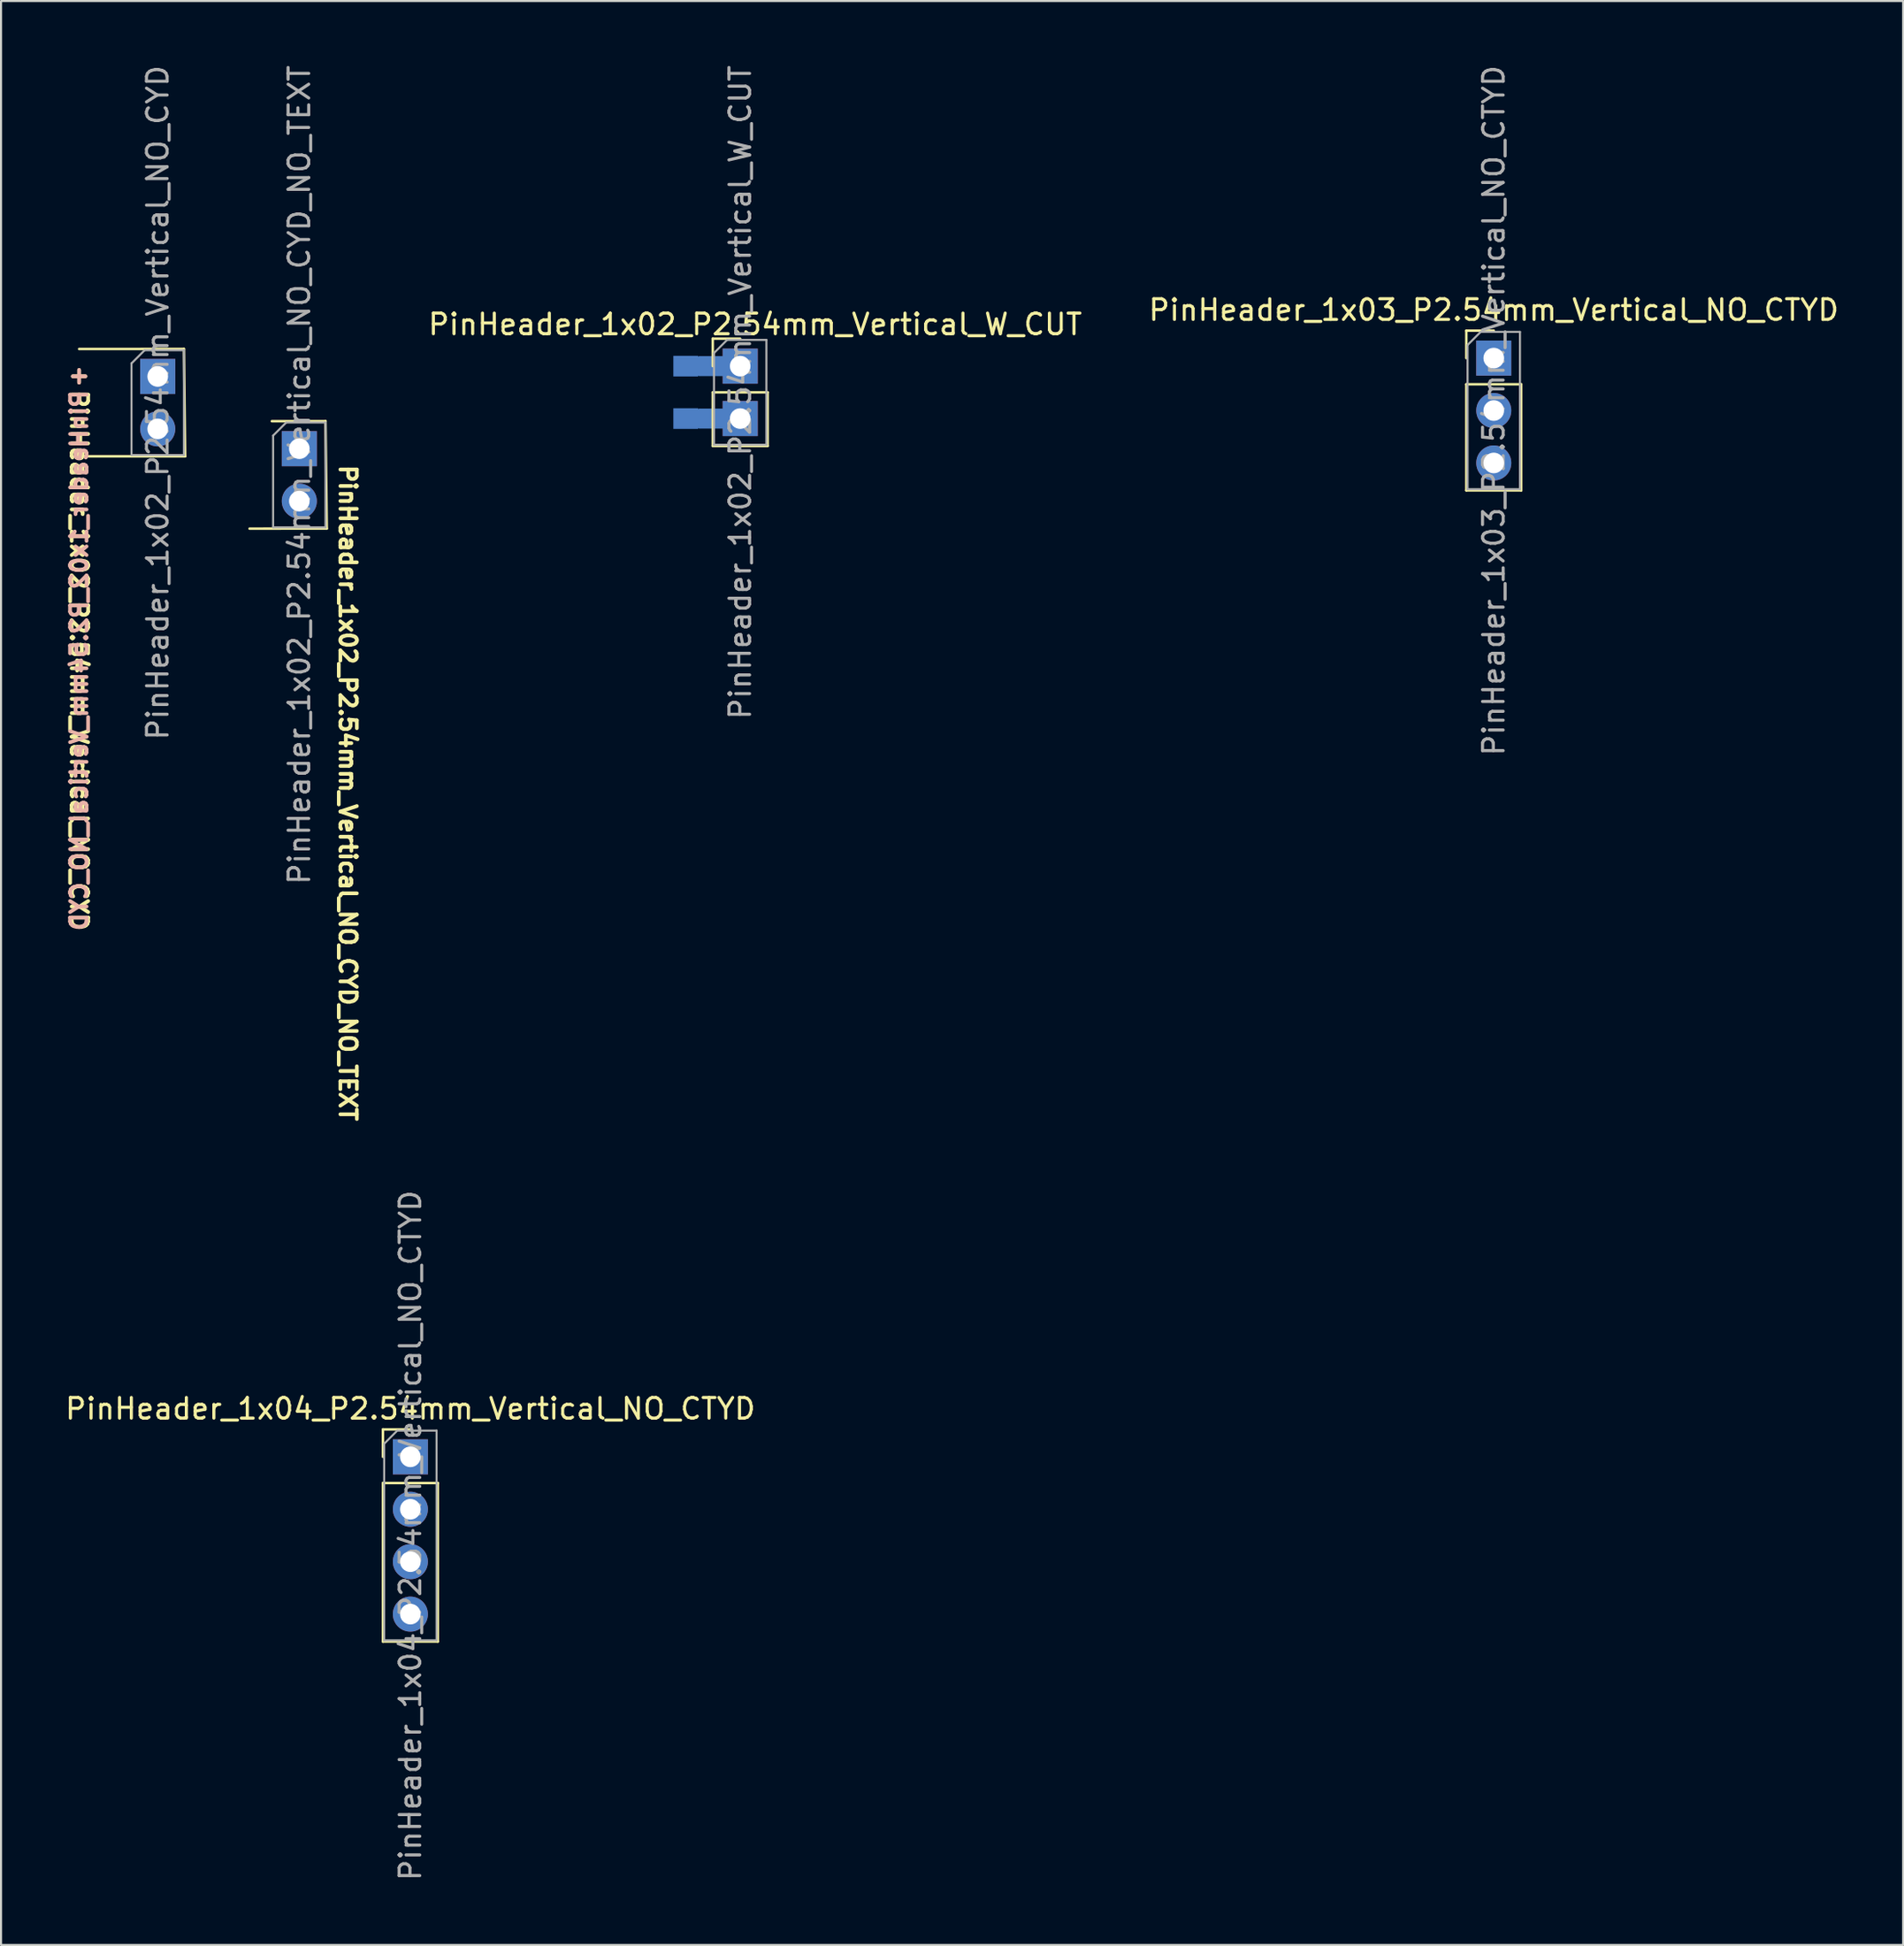
<source format=kicad_pcb>
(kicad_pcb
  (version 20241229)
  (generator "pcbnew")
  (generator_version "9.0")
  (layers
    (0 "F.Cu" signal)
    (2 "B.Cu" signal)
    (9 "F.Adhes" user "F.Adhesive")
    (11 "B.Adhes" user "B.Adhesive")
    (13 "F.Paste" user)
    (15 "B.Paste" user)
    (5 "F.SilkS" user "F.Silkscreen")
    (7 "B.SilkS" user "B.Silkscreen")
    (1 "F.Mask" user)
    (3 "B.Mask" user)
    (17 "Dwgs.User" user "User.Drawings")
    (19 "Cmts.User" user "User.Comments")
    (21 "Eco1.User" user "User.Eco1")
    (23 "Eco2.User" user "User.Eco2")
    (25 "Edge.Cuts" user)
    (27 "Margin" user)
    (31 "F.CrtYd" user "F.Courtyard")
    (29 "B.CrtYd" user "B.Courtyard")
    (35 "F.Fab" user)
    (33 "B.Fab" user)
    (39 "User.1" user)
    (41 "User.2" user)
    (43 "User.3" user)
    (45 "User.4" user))
  (footprint "PinHeader_1x02_P2.54mm_Vertical_NO_CYD_NO_TEXT"
    (layer "F.Cu")
    (at 11.457 18.688)
    (property "Reference" "PinHeader_1x02_P2.54mm_Vertical_NO_CYD_NO_TEXT" (at 2.349 0.699 270) (unlocked yes) (layer "F.SilkS") (effects (font (size 0.8 0.8) (thickness 0.18)) (justify left)))
    (attr through_hole)
    (fp_line (start -2.413 3.873) (end 1.33 3.87) (stroke (width 0.12) (type solid)) (layer "F.SilkS"))
    (fp_line (start -1.333 -1.333) (end 1.27 -1.333) (stroke (width 0.12) (type solid)) (layer "F.SilkS"))
    (fp_line (start 1.27 -1.333) (end 1.33 3.87) (stroke (width 0.12) (type solid)) (layer "F.SilkS"))
    (fp_line (start -1.27 -0.635) (end -0.635 -1.27) (stroke (width 0.1) (type solid)) (layer "F.Fab"))
    (fp_line (start -1.27 3.81) (end -1.27 -0.635) (stroke (width 0.1) (type solid)) (layer "F.Fab"))
    (fp_line (start -0.635 -1.27) (end 1.27 -1.27) (stroke (width 0.1) (type solid)) (layer "F.Fab"))
    (fp_line (start 1.27 -1.27) (end 1.27 3.81) (stroke (width 0.1) (type solid)) (layer "F.Fab"))
    (fp_line (start 1.27 3.81) (end -1.27 3.81) (stroke (width 0.1) (type solid)) (layer "F.Fab"))
    (fp_text user "${REFERENCE}" (at 0 1.27 270) (layer "F.Fab") (effects (font (size 1 1) (thickness 0.15))))
    (pad "1" thru_hole rect (at 0 0) (size 1.7 1.7) (drill 1) (layers "*.Cu" "*.Mask"))
    (pad "2" thru_hole oval (at 0 2.54) (size 1.7 1.7) (drill 1) (layers "*.Cu" "*.Mask")))
  (footprint "PinHeader_1x02_P2.54mm_Vertical_W_CUT"
    (layer "F.Cu")
    (at 32.824 14.688)
    (property "Reference" "PinHeader_1x02_P2.54mm_Vertical_W_CUT" (at 0.725 -2.025 0) (layer "F.SilkS") (effects (font (size 1 1) (thickness 0.15))))
    (fp_rect (start -0.84 -0.425) (end -1.99 0.425) (stroke (width 0.12) (type solid)) (fill yes) (layer "B.Cu"))
    (fp_rect (start -0.79 2.115) (end -1.99 2.965) (stroke (width 0.12) (type solid)) (fill yes) (layer "B.Cu"))
    (fp_rect (start -1.365 -0.425) (end -2.04 0.425) (stroke (width 0.12) (type solid)) (fill yes) (layer "B.Mask"))
    (fp_rect (start -1.365 2.115) (end -2.04 2.965) (stroke (width 0.12) (type solid)) (fill yes) (layer "B.Mask"))
    (fp_line (start -1.33 -1.33) (end 0 -1.33) (stroke (width 0.12) (type solid)) (layer "F.SilkS"))
    (fp_line (start -1.33 0) (end -1.33 -1.33) (stroke (width 0.12) (type solid)) (layer "F.SilkS"))
    (fp_line (start -1.33 1.27) (end -1.33 3.87) (stroke (width 0.12) (type solid)) (layer "F.SilkS"))
    (fp_line (start -1.33 1.27) (end 1.33 1.27) (stroke (width 0.12) (type solid)) (layer "F.SilkS"))
    (fp_line (start -1.33 3.87) (end 1.33 3.87) (stroke (width 0.12) (type solid)) (layer "F.SilkS"))
    (fp_line (start 1.33 1.27) (end 1.33 3.87) (stroke (width 0.12) (type solid)) (layer "F.SilkS"))
    (fp_line (start -1.27 -0.635) (end -0.635 -1.27) (stroke (width 0.1) (type solid)) (layer "F.Fab"))
    (fp_line (start -1.27 3.81) (end -1.27 -0.635) (stroke (width 0.1) (type solid)) (layer "F.Fab"))
    (fp_line (start -0.635 -1.27) (end 1.27 -1.27) (stroke (width 0.1) (type solid)) (layer "F.Fab"))
    (fp_line (start 1.27 -1.27) (end 1.27 3.81) (stroke (width 0.1) (type solid)) (layer "F.Fab"))
    (fp_line (start 1.27 3.81) (end -1.27 3.81) (stroke (width 0.1) (type solid)) (layer "F.Fab"))
    (fp_text user "${REFERENCE}" (at 0 1.27 90) (layer "F.Fab") (effects (font (size 1 1) (thickness 0.15))))
    (pad "1" thru_hole rect (at 0 0) (size 1.7 1.7) (drill 1) (layers "*.Cu" "*.Mask"))
    (pad "2" smd rect (at -2.64 0) (size 1.2 1) (layers "B.Cu" "B.Mask"))
    (pad "3" thru_hole rect (at 0 2.54) (size 1.7 1.7) (drill 1) (layers "*.Cu" "*.Mask"))
    (pad "4" smd rect (at -2.64 2.54) (size 1.2 1) (layers "B.Cu" "B.Mask")))
  (footprint "PinHeader_1x04_P2.54mm_Vertical_NO_CTYD"
    (layer "F.Cu")
    (at 16.839 67.529)
    (property "Reference" "PinHeader_1x04_P2.54mm_Vertical_NO_CTYD" (at 0 -2.33 0) (layer "F.SilkS") (effects (font (size 1 1) (thickness 0.15))))
    (attr through_hole)
    (fp_line (start -1.33 -1.33) (end 0 -1.33) (stroke (width 0.12) (type solid)) (layer "F.SilkS"))
    (fp_line (start -1.33 0) (end -1.33 -1.33) (stroke (width 0.12) (type solid)) (layer "F.SilkS"))
    (fp_line (start -1.33 1.27) (end -1.33 8.95) (stroke (width 0.12) (type solid)) (layer "F.SilkS"))
    (fp_line (start -1.33 1.27) (end 1.33 1.27) (stroke (width 0.12) (type solid)) (layer "F.SilkS"))
    (fp_line (start -1.33 8.95) (end 1.33 8.95) (stroke (width 0.12) (type solid)) (layer "F.SilkS"))
    (fp_line (start 1.33 1.27) (end 1.33 8.95) (stroke (width 0.12) (type solid)) (layer "F.SilkS"))
    (fp_line (start -1.27 -0.635) (end -0.635 -1.27) (stroke (width 0.1) (type solid)) (layer "F.Fab"))
    (fp_line (start -1.27 8.89) (end -1.27 -0.635) (stroke (width 0.1) (type solid)) (layer "F.Fab"))
    (fp_line (start -0.635 -1.27) (end 1.27 -1.27) (stroke (width 0.1) (type solid)) (layer "F.Fab"))
    (fp_line (start 1.27 -1.27) (end 1.27 8.89) (stroke (width 0.1) (type solid)) (layer "F.Fab"))
    (fp_line (start 1.27 8.89) (end -1.27 8.89) (stroke (width 0.1) (type solid)) (layer "F.Fab"))
    (fp_text user "${REFERENCE}" (at 0 3.81 90) (layer "F.Fab") (effects (font (size 1 1) (thickness 0.15))))
    (pad "1" thru_hole rect (at 0 0) (size 1.7 1.7) (drill 1) (layers "*.Cu" "*.Mask"))
    (pad "2" thru_hole oval (at 0 2.54) (size 1.7 1.7) (drill 1) (layers "*.Cu" "*.Mask"))
    (pad "3" thru_hole oval (at 0 5.08) (size 1.7 1.7) (drill 1) (layers "*.Cu" "*.Mask"))
    (pad "4" thru_hole oval (at 0 7.62) (size 1.7 1.7) (drill 1) (layers "*.Cu" "*.Mask")))
  (footprint "PinHeader_1x02_P2.54mm_Vertical_NO_CYD"
    (layer "F.Cu")
    (at 4.594 15.188)
    (property "Reference" "PinHeader_1x02_P2.54mm_Vertical_NO_CYD" (at -3.81 0.572 270) (unlocked yes) (layer "F.SilkS") (effects (font (size 0.8 0.8) (thickness 0.18)) (justify left)))
    (attr through_hole)
    (fp_line (start -3.87 3.87) (end 1.33 3.87) (stroke (width 0.12) (type solid)) (layer "F.SilkS"))
    (fp_line (start -3.81 -1.33) (end 1.27 -1.333) (stroke (width 0.12) (type solid)) (layer "F.SilkS"))
    (fp_line (start 1.27 -1.333) (end 1.33 3.87) (stroke (width 0.12) (type solid)) (layer "F.SilkS"))
    (fp_line (start -1.27 -0.635) (end -0.635 -1.27) (stroke (width 0.1) (type solid)) (layer "F.Fab"))
    (fp_line (start -1.27 3.81) (end -1.27 -0.635) (stroke (width 0.1) (type solid)) (layer "F.Fab"))
    (fp_line (start -0.635 -1.27) (end 1.27 -1.27) (stroke (width 0.1) (type solid)) (layer "F.Fab"))
    (fp_line (start 1.27 -1.27) (end 1.27 3.81) (stroke (width 0.1) (type solid)) (layer "F.Fab"))
    (fp_line (start 1.27 3.81) (end -1.27 3.81) (stroke (width 0.1) (type solid)) (layer "F.Fab"))
    (fp_text user "+" (at -3.81 -0.064 180) (layer "F.SilkS") (effects (font (size 0.8 0.8) (thickness 0.18))))
    (fp_text user "${REFERENCE}" (at -3.81 0.572 90) (unlocked yes) (layer "B.SilkS") (effects (font (size 0.8 0.8) (thickness 0.18)) (justify left mirror)))
    (fp_text user "+" (at -3.81 -0.064 180) (layer "B.SilkS") (effects (font (size 0.8 0.8) (thickness 0.18)) (justify mirror)))
    (fp_text user "${REFERENCE}" (at 0 1.27 270) (layer "F.Fab") (effects (font (size 1 1) (thickness 0.15))))
    (pad "1" thru_hole rect (at 0 0) (size 1.7 1.7) (drill 1) (layers "*.Cu" "*.Mask"))
    (pad "2" thru_hole oval (at 0 2.54) (size 1.7 1.7) (drill 1) (layers "*.Cu" "*.Mask")))
  (footprint "PinHeader_1x03_P2.54mm_Vertical_NO_CTYD"
    (layer "F.Cu")
    (at 69.346 14.299)
    (property "Reference" "PinHeader_1x03_P2.54mm_Vertical_NO_CTYD" (at 0 -2.33 0) (layer "F.SilkS") (effects (font (size 1 1) (thickness 0.15))))
    (attr through_hole)
    (fp_line (start -1.33 -1.33) (end 0 -1.33) (stroke (width 0.12) (type solid)) (layer "F.SilkS"))
    (fp_line (start -1.33 0) (end -1.33 -1.33) (stroke (width 0.12) (type solid)) (layer "F.SilkS"))
    (fp_line (start -1.33 1.27) (end -1.33 6.41) (stroke (width 0.12) (type solid)) (layer "F.SilkS"))
    (fp_line (start -1.33 1.27) (end 1.33 1.27) (stroke (width 0.12) (type solid)) (layer "F.SilkS"))
    (fp_line (start -1.33 6.41) (end 1.33 6.41) (stroke (width 0.12) (type solid)) (layer "F.SilkS"))
    (fp_line (start 1.33 1.27) (end 1.33 6.41) (stroke (width 0.12) (type solid)) (layer "F.SilkS"))
    (fp_line (start -1.27 -0.635) (end -0.635 -1.27) (stroke (width 0.1) (type solid)) (layer "F.Fab"))
    (fp_line (start -1.27 6.35) (end -1.27 -0.635) (stroke (width 0.1) (type solid)) (layer "F.Fab"))
    (fp_line (start -0.635 -1.27) (end 1.27 -1.27) (stroke (width 0.1) (type solid)) (layer "F.Fab"))
    (fp_line (start 1.27 -1.27) (end 1.27 6.35) (stroke (width 0.1) (type solid)) (layer "F.Fab"))
    (fp_line (start 1.27 6.35) (end -1.27 6.35) (stroke (width 0.1) (type solid)) (layer "F.Fab"))
    (fp_text user "${REFERENCE}" (at 0 2.54 90) (layer "F.Fab") (effects (font (size 1 1) (thickness 0.15))))
    (pad "1" thru_hole rect (at 0 0) (size 1.7 1.7) (drill 1) (layers "*.Cu" "*.Mask"))
    (pad "2" thru_hole oval (at 0 2.54) (size 1.7 1.7) (drill 1) (layers "*.Cu" "*.Mask"))
    (pad "3" thru_hole oval (at 0 5.08) (size 1.7 1.7) (drill 1) (layers "*.Cu" "*.Mask")))
  (gr_rect
    (start -3 -3)
    (end 89.186 91.179)
    (stroke (width 0.1) (type default))
    (fill no)
    (layer "Edge.Cuts")))
</source>
